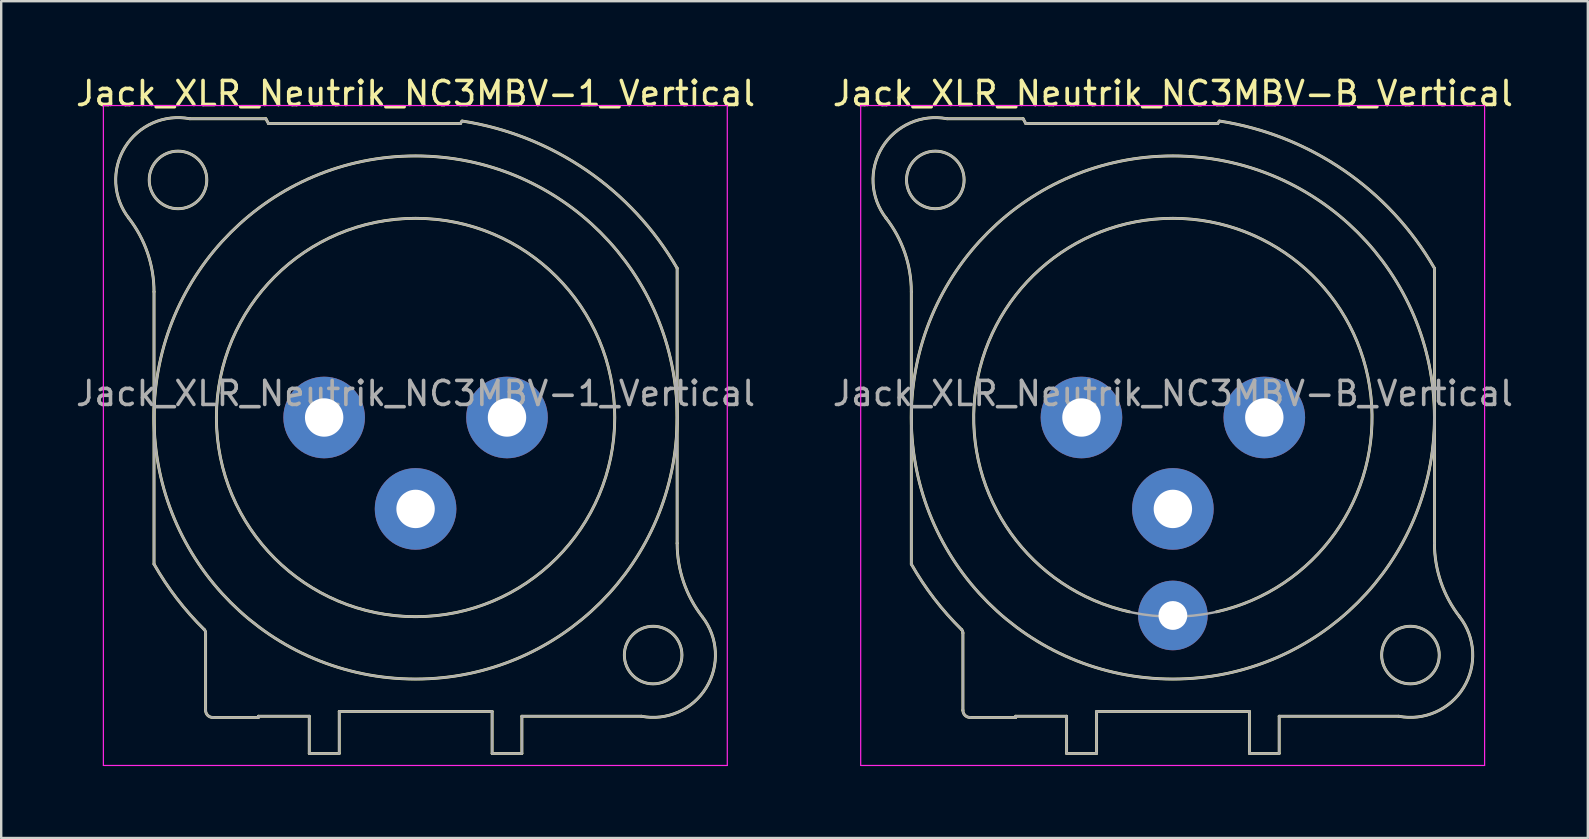
<source format=kicad_pcb>
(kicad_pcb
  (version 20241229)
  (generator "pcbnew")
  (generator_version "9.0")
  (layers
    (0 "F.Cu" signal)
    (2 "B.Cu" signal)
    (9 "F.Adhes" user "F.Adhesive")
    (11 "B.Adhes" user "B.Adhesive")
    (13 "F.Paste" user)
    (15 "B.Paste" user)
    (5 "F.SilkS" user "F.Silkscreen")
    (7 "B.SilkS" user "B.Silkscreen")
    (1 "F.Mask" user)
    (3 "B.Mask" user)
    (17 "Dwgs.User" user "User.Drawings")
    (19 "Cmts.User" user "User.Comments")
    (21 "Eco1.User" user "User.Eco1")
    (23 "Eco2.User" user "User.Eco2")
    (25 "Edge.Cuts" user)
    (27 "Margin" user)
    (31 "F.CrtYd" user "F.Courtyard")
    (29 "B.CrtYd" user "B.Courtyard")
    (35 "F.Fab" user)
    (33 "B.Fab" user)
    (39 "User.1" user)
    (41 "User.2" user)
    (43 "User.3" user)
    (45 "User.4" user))
  (footprint "Jack_XLR_Neutrik_NC3MBV-1_Vertical"
    (layer "F.Cu")
    (at 10.458 14.348)
    (property "Reference" "Jack_XLR_Neutrik_NC3MBV-1_Vertical" (at 3.81 -13.5 0) (layer "F.SilkS") (effects (font (size 1 1) (thickness 0.15))))
    (attr through_hole)
    (fp_line (start -7.09 -5.24) (end -7.09 6.11) (stroke (width 0.12) (type solid)) (layer "F.SilkS"))
    (fp_line (start -4.94 12.2) (end -4.94 8.98) (stroke (width 0.12) (type solid)) (layer "F.SilkS"))
    (fp_line (start -4.64 12.5) (end -2.74 12.5) (stroke (width 0.12) (type solid)) (layer "F.SilkS"))
    (fp_line (start -2.74 12.45) (end -0.62 12.45) (stroke (width 0.12) (type solid)) (layer "F.SilkS"))
    (fp_line (start -2.74 12.5) (end -2.74 12.45) (stroke (width 0.12) (type solid)) (layer "F.SilkS"))
    (fp_line (start -2.43 -12.45) (end -5.6 -12.45) (stroke (width 0.12) (type solid)) (layer "F.SilkS"))
    (fp_line (start -2.32 -12.25) (end -2.43 -12.45) (stroke (width 0.12) (type solid)) (layer "F.SilkS"))
    (fp_line (start -0.62 12.45) (end -0.62 14) (stroke (width 0.12) (type solid)) (layer "F.SilkS"))
    (fp_line (start 0.63 12.25) (end 0.63 14) (stroke (width 0.12) (type solid)) (layer "F.SilkS"))
    (fp_line (start 0.63 12.25) (end 7 12.25) (stroke (width 0.12) (type solid)) (layer "F.SilkS"))
    (fp_line (start 0.63 14) (end -0.62 14) (stroke (width 0.12) (type solid)) (layer "F.SilkS"))
    (fp_line (start 5.68 -12.25) (end -2.32 -12.25) (stroke (width 0.12) (type solid)) (layer "F.SilkS"))
    (fp_line (start 5.74 -12.35) (end 5.68 -12.25) (stroke (width 0.12) (type solid)) (layer "F.SilkS"))
    (fp_line (start 7 12.25) (end 7 14) (stroke (width 0.12) (type solid)) (layer "F.SilkS"))
    (fp_line (start 8.24 12.45) (end 8.24 14) (stroke (width 0.12) (type solid)) (layer "F.SilkS"))
    (fp_line (start 8.24 12.45) (end 13.22 12.45) (stroke (width 0.12) (type solid)) (layer "F.SilkS"))
    (fp_line (start 8.24 14) (end 7 14) (stroke (width 0.12) (type solid)) (layer "F.SilkS"))
    (fp_line (start 14.71 5.24) (end 14.71 -6.22) (stroke (width 0.12) (type solid)) (layer "F.SilkS"))
    (fp_arc (start -8.14458 -8.311426) (mid -7.360989 -6.863715) (end -7.09 -5.24) (stroke (width 0.12) (type solid)) (layer "F.SilkS"))
    (fp_arc (start -8.141124 -8.307677) (mid -8.303366 -11.257798) (end -5.6 -12.45) (stroke (width 0.12) (type solid)) (layer "F.SilkS"))
    (fp_arc (start -4.999944 8.832139) (mid -4.954594 8.899835) (end -4.94 8.98) (stroke (width 0.12) (type solid)) (layer "F.SilkS"))
    (fp_arc (start -4.999718 8.833849) (mid -6.1389 7.544091) (end -7.09 6.11) (stroke (width 0.12) (type solid)) (layer "F.SilkS"))
    (fp_arc (start -4.64 12.5) (mid -4.852132 12.412132) (end -4.94 12.2) (stroke (width 0.12) (type solid)) (layer "F.SilkS"))
    (fp_arc (start 5.753207 -12.354269) (mid 10.928439 -10.304601) (end 14.71 -6.22) (stroke (width 0.12) (type solid)) (layer "F.SilkS"))
    (fp_arc (start 15.761124 8.307677) (mid 15.923366 11.257798) (end 13.22 12.45) (stroke (width 0.12) (type solid)) (layer "F.SilkS"))
    (fp_arc (start 15.76458 8.311426) (mid 14.980989 6.863715) (end 14.71 5.24) (stroke (width 0.12) (type solid)) (layer "F.SilkS"))
    (fp_circle (center -6.09 -9.9) (end -4.89 -9.9) (stroke (width 0.12) (type solid)) (fill no) (layer "F.SilkS"))
    (fp_circle (center 3.81 0) (end 12.11 0) (stroke (width 0.12) (type solid)) (fill no) (layer "F.SilkS"))
    (fp_circle (center 3.81 0) (end 14.71 0) (stroke (width 0.12) (type solid)) (fill no) (layer "F.SilkS"))
    (fp_circle (center 13.71 9.9) (end 14.91 9.9) (stroke (width 0.12) (type solid)) (fill no) (layer "F.SilkS"))
    (fp_line (start -9.2 -13) (end 16.8 -13) (stroke (width 0.05) (type solid)) (layer "F.CrtYd"))
    (fp_line (start -9.2 14.5) (end -9.2 -13) (stroke (width 0.05) (type solid)) (layer "F.CrtYd"))
    (fp_line (start 16.8 -13) (end 16.8 14.5) (stroke (width 0.05) (type solid)) (layer "F.CrtYd"))
    (fp_line (start 16.8 14.5) (end -9.2 14.5) (stroke (width 0.05) (type solid)) (layer "F.CrtYd"))
    (fp_line (start -7.09 -5.24) (end -7.09 6.11) (stroke (width 0.1) (type solid)) (layer "F.Fab"))
    (fp_line (start -4.94 12.2) (end -4.94 8.98) (stroke (width 0.1) (type solid)) (layer "F.Fab"))
    (fp_line (start -4.64 12.5) (end -2.74 12.5) (stroke (width 0.1) (type solid)) (layer "F.Fab"))
    (fp_line (start -2.74 12.45) (end -0.62 12.45) (stroke (width 0.1) (type solid)) (layer "F.Fab"))
    (fp_line (start -2.74 12.5) (end -2.74 12.45) (stroke (width 0.1) (type solid)) (layer "F.Fab"))
    (fp_line (start -2.43 -12.45) (end -5.6 -12.45) (stroke (width 0.1) (type solid)) (layer "F.Fab"))
    (fp_line (start -2.32 -12.25) (end -2.43 -12.45) (stroke (width 0.1) (type solid)) (layer "F.Fab"))
    (fp_line (start -0.62 12.45) (end -0.62 14) (stroke (width 0.1) (type solid)) (layer "F.Fab"))
    (fp_line (start 0.63 12.25) (end 0.63 14) (stroke (width 0.1) (type solid)) (layer "F.Fab"))
    (fp_line (start 0.63 12.25) (end 7 12.25) (stroke (width 0.1) (type solid)) (layer "F.Fab"))
    (fp_line (start 0.63 14) (end -0.62 14) (stroke (width 0.1) (type solid)) (layer "F.Fab"))
    (fp_line (start 5.68 -12.25) (end -2.32 -12.25) (stroke (width 0.1) (type solid)) (layer "F.Fab"))
    (fp_line (start 5.74 -12.35) (end 5.68 -12.25) (stroke (width 0.1) (type solid)) (layer "F.Fab"))
    (fp_line (start 7 12.25) (end 7 14) (stroke (width 0.1) (type solid)) (layer "F.Fab"))
    (fp_line (start 8.24 12.45) (end 8.24 14) (stroke (width 0.1) (type solid)) (layer "F.Fab"))
    (fp_line (start 8.24 12.45) (end 13.22 12.45) (stroke (width 0.1) (type solid)) (layer "F.Fab"))
    (fp_line (start 8.24 14) (end 7 14) (stroke (width 0.1) (type solid)) (layer "F.Fab"))
    (fp_line (start 14.71 5.24) (end 14.71 -6.22) (stroke (width 0.1) (type solid)) (layer "F.Fab"))
    (fp_arc (start -8.14458 -8.311426) (mid -7.360989 -6.863715) (end -7.09 -5.24) (stroke (width 0.1) (type solid)) (layer "F.Fab"))
    (fp_arc (start -8.141124 -8.307677) (mid -8.303366 -11.257798) (end -5.6 -12.45) (stroke (width 0.1) (type solid)) (layer "F.Fab"))
    (fp_arc (start -4.999944 8.832139) (mid -4.954594 8.899835) (end -4.94 8.98) (stroke (width 0.1) (type solid)) (layer "F.Fab"))
    (fp_arc (start -4.999718 8.833849) (mid -6.1389 7.544091) (end -7.09 6.11) (stroke (width 0.1) (type solid)) (layer "F.Fab"))
    (fp_arc (start -4.64 12.5) (mid -4.852132 12.412132) (end -4.94 12.2) (stroke (width 0.1) (type solid)) (layer "F.Fab"))
    (fp_arc (start 5.753207 -12.354269) (mid 10.928439 -10.304601) (end 14.71 -6.22) (stroke (width 0.1) (type solid)) (layer "F.Fab"))
    (fp_arc (start 15.761124 8.307677) (mid 15.923366 11.257798) (end 13.22 12.45) (stroke (width 0.1) (type solid)) (layer "F.Fab"))
    (fp_arc (start 15.76458 8.311426) (mid 14.980989 6.863715) (end 14.71 5.24) (stroke (width 0.1) (type solid)) (layer "F.Fab"))
    (fp_circle (center -6.09 -9.9) (end -4.89 -9.9) (stroke (width 0.1) (type solid)) (fill no) (layer "F.Fab"))
    (fp_circle (center 3.81 0) (end 12.11 0) (stroke (width 0.1) (type solid)) (fill no) (layer "F.Fab"))
    (fp_circle (center 3.81 0) (end 14.71 0) (stroke (width 0.1) (type solid)) (fill no) (layer "F.Fab"))
    (fp_circle (center 13.71 9.9) (end 14.91 9.9) (stroke (width 0.1) (type solid)) (fill no) (layer "F.Fab"))
    (fp_text user "${REFERENCE}" (at 3.81 -1 0) (layer "F.Fab") (effects (font (size 1 1) (thickness 0.15))))
    (pad "1" thru_hole circle (at 0 0) (size 3.4 3.4) (drill 1.6) (layers "*.Cu" "*.Mask"))
    (pad "2" thru_hole circle (at 7.62 0) (size 3.4 3.4) (drill 1.6) (layers "*.Cu" "*.Mask"))
    (pad "3" thru_hole circle (at 3.81 3.81) (size 3.4 3.4) (drill 1.6) (layers "*.Cu" "*.Mask")))
  (footprint "Jack_XLR_Neutrik_NC3MBV-B_Vertical"
    (layer "F.Cu")
    (at 42.017 14.348)
    (property "Reference" "Jack_XLR_Neutrik_NC3MBV-B_Vertical" (at 3.81 -13.5 0) (layer "F.SilkS") (effects (font (size 1 1) (thickness 0.15))))
    (attr through_hole)
    (fp_line (start -7.09 -5.24) (end -7.09 6.11) (stroke (width 0.12) (type solid)) (layer "F.SilkS"))
    (fp_line (start -4.94 12.2) (end -4.94 8.98) (stroke (width 0.12) (type solid)) (layer "F.SilkS"))
    (fp_line (start -4.64 12.5) (end -2.74 12.5) (stroke (width 0.12) (type solid)) (layer "F.SilkS"))
    (fp_line (start -2.74 12.45) (end -0.62 12.45) (stroke (width 0.12) (type solid)) (layer "F.SilkS"))
    (fp_line (start -2.74 12.5) (end -2.74 12.45) (stroke (width 0.12) (type solid)) (layer "F.SilkS"))
    (fp_line (start -2.43 -12.45) (end -5.6 -12.45) (stroke (width 0.12) (type solid)) (layer "F.SilkS"))
    (fp_line (start -2.32 -12.25) (end -2.43 -12.45) (stroke (width 0.12) (type solid)) (layer "F.SilkS"))
    (fp_line (start -0.62 12.45) (end -0.62 14) (stroke (width 0.12) (type solid)) (layer "F.SilkS"))
    (fp_line (start 0.63 12.25) (end 0.63 14) (stroke (width 0.12) (type solid)) (layer "F.SilkS"))
    (fp_line (start 0.63 12.25) (end 7 12.25) (stroke (width 0.12) (type solid)) (layer "F.SilkS"))
    (fp_line (start 0.63 14) (end -0.62 14) (stroke (width 0.12) (type solid)) (layer "F.SilkS"))
    (fp_line (start 5.68 -12.25) (end -2.32 -12.25) (stroke (width 0.12) (type solid)) (layer "F.SilkS"))
    (fp_line (start 5.74 -12.35) (end 5.68 -12.25) (stroke (width 0.12) (type solid)) (layer "F.SilkS"))
    (fp_line (start 7 12.25) (end 7 14) (stroke (width 0.12) (type solid)) (layer "F.SilkS"))
    (fp_line (start 8.24 12.45) (end 8.24 14) (stroke (width 0.12) (type solid)) (layer "F.SilkS"))
    (fp_line (start 8.24 12.45) (end 13.22 12.45) (stroke (width 0.12) (type solid)) (layer "F.SilkS"))
    (fp_line (start 8.24 14) (end 7 14) (stroke (width 0.12) (type solid)) (layer "F.SilkS"))
    (fp_line (start 14.71 5.24) (end 14.71 -6.22) (stroke (width 0.12) (type solid)) (layer "F.SilkS"))
    (fp_arc (start -8.14458 -8.311426) (mid -7.360989 -6.863715) (end -7.09 -5.24) (stroke (width 0.12) (type solid)) (layer "F.SilkS"))
    (fp_arc (start -8.141124 -8.307677) (mid -8.303366 -11.257798) (end -5.6 -12.45) (stroke (width 0.12) (type solid)) (layer "F.SilkS"))
    (fp_arc (start -4.999944 8.832139) (mid -4.954594 8.899835) (end -4.94 8.98) (stroke (width 0.12) (type solid)) (layer "F.SilkS"))
    (fp_arc (start -4.999718 8.833849) (mid -6.1389 7.544091) (end -7.09 6.11) (stroke (width 0.12) (type solid)) (layer "F.SilkS"))
    (fp_arc (start -4.64 12.5) (mid -4.852132 12.412132) (end -4.94 12.2) (stroke (width 0.12) (type solid)) (layer "F.SilkS"))
    (fp_arc (start 2 8.1) (mid 3.809449 -8.299765) (end 5.621075 8.09976) (stroke (width 0.12) (type solid)) (layer "F.SilkS"))
    (fp_arc (start 5.753207 -12.354269) (mid 10.928439 -10.304601) (end 14.71 -6.22) (stroke (width 0.12) (type solid)) (layer "F.SilkS"))
    (fp_arc (start 15.761124 8.307677) (mid 15.923366 11.257798) (end 13.22 12.45) (stroke (width 0.12) (type solid)) (layer "F.SilkS"))
    (fp_arc (start 15.76458 8.311426) (mid 14.980989 6.863715) (end 14.71 5.24) (stroke (width 0.12) (type solid)) (layer "F.SilkS"))
    (fp_circle (center -6.09 -9.9) (end -4.89 -9.9) (stroke (width 0.12) (type solid)) (fill no) (layer "F.SilkS"))
    (fp_circle (center 3.81 0) (end 14.71 0) (stroke (width 0.12) (type solid)) (fill no) (layer "F.SilkS"))
    (fp_circle (center 13.71 9.9) (end 14.91 9.9) (stroke (width 0.12) (type solid)) (fill no) (layer "F.SilkS"))
    (fp_line (start -9.2 -13) (end 16.8 -13) (stroke (width 0.05) (type solid)) (layer "F.CrtYd"))
    (fp_line (start -9.2 14.5) (end -9.2 -13) (stroke (width 0.05) (type solid)) (layer "F.CrtYd"))
    (fp_line (start 16.8 -13) (end 16.8 14.5) (stroke (width 0.05) (type solid)) (layer "F.CrtYd"))
    (fp_line (start 16.8 14.5) (end -9.2 14.5) (stroke (width 0.05) (type solid)) (layer "F.CrtYd"))
    (fp_line (start -7.09 -5.24) (end -7.09 6.11) (stroke (width 0.1) (type solid)) (layer "F.Fab"))
    (fp_line (start -4.94 12.2) (end -4.94 8.98) (stroke (width 0.1) (type solid)) (layer "F.Fab"))
    (fp_line (start -4.64 12.5) (end -2.74 12.5) (stroke (width 0.1) (type solid)) (layer "F.Fab"))
    (fp_line (start -2.74 12.45) (end -0.62 12.45) (stroke (width 0.1) (type solid)) (layer "F.Fab"))
    (fp_line (start -2.74 12.5) (end -2.74 12.45) (stroke (width 0.1) (type solid)) (layer "F.Fab"))
    (fp_line (start -2.43 -12.45) (end -5.6 -12.45) (stroke (width 0.1) (type solid)) (layer "F.Fab"))
    (fp_line (start -2.32 -12.25) (end -2.43 -12.45) (stroke (width 0.1) (type solid)) (layer "F.Fab"))
    (fp_line (start -0.62 12.45) (end -0.62 14) (stroke (width 0.1) (type solid)) (layer "F.Fab"))
    (fp_line (start 0.63 12.25) (end 0.63 14) (stroke (width 0.1) (type solid)) (layer "F.Fab"))
    (fp_line (start 0.63 12.25) (end 7 12.25) (stroke (width 0.1) (type solid)) (layer "F.Fab"))
    (fp_line (start 0.63 14) (end -0.62 14) (stroke (width 0.1) (type solid)) (layer "F.Fab"))
    (fp_line (start 5.68 -12.25) (end -2.32 -12.25) (stroke (width 0.1) (type solid)) (layer "F.Fab"))
    (fp_line (start 5.74 -12.35) (end 5.68 -12.25) (stroke (width 0.1) (type solid)) (layer "F.Fab"))
    (fp_line (start 7 12.25) (end 7 14) (stroke (width 0.1) (type solid)) (layer "F.Fab"))
    (fp_line (start 8.24 12.45) (end 8.24 14) (stroke (width 0.1) (type solid)) (layer "F.Fab"))
    (fp_line (start 8.24 12.45) (end 13.22 12.45) (stroke (width 0.1) (type solid)) (layer "F.Fab"))
    (fp_line (start 8.24 14) (end 7 14) (stroke (width 0.1) (type solid)) (layer "F.Fab"))
    (fp_line (start 14.71 5.24) (end 14.71 -6.22) (stroke (width 0.1) (type solid)) (layer "F.Fab"))
    (fp_arc (start -8.14458 -8.311426) (mid -7.360989 -6.863715) (end -7.09 -5.24) (stroke (width 0.1) (type solid)) (layer "F.Fab"))
    (fp_arc (start -8.141124 -8.307677) (mid -8.303366 -11.257798) (end -5.6 -12.45) (stroke (width 0.1) (type solid)) (layer "F.Fab"))
    (fp_arc (start -4.999944 8.832139) (mid -4.954594 8.899835) (end -4.94 8.98) (stroke (width 0.1) (type solid)) (layer "F.Fab"))
    (fp_arc (start -4.999718 8.833849) (mid -6.1389 7.544091) (end -7.09 6.11) (stroke (width 0.1) (type solid)) (layer "F.Fab"))
    (fp_arc (start -4.64 12.5) (mid -4.852132 12.412132) (end -4.94 12.2) (stroke (width 0.1) (type solid)) (layer "F.Fab"))
    (fp_arc (start 5.753207 -12.354269) (mid 10.928439 -10.304601) (end 14.71 -6.22) (stroke (width 0.1) (type solid)) (layer "F.Fab"))
    (fp_arc (start 15.761124 8.307677) (mid 15.923366 11.257798) (end 13.22 12.45) (stroke (width 0.1) (type solid)) (layer "F.Fab"))
    (fp_arc (start 15.76458 8.311426) (mid 14.980989 6.863715) (end 14.71 5.24) (stroke (width 0.1) (type solid)) (layer "F.Fab"))
    (fp_circle (center -6.09 -9.9) (end -4.89 -9.9) (stroke (width 0.1) (type solid)) (fill no) (layer "F.Fab"))
    (fp_circle (center 3.81 0) (end 12.11 0) (stroke (width 0.1) (type solid)) (fill no) (layer "F.Fab"))
    (fp_circle (center 3.81 0) (end 14.71 0) (stroke (width 0.1) (type solid)) (fill no) (layer "F.Fab"))
    (fp_circle (center 13.71 9.9) (end 14.91 9.9) (stroke (width 0.1) (type solid)) (fill no) (layer "F.Fab"))
    (fp_text user "${REFERENCE}" (at 3.81 -1 0) (layer "F.Fab") (effects (font (size 1 1) (thickness 0.15))))
    (pad "1" thru_hole circle (at 0 0) (size 3.4 3.4) (drill 1.6) (layers "*.Cu" "*.Mask"))
    (pad "2" thru_hole circle (at 7.62 0) (size 3.4 3.4) (drill 1.6) (layers "*.Cu" "*.Mask"))
    (pad "3" thru_hole circle (at 3.81 3.81) (size 3.4 3.4) (drill 1.6) (layers "*.Cu" "*.Mask"))
    (pad "G" thru_hole circle (at 3.81 8.25) (size 2.9 2.9) (drill 1.2) (layers "*.Cu" "*.Mask")))
  (gr_rect
    (start -3 -3)
    (end 63.119 31.873)
    (stroke (width 0.1) (type default))
    (fill no)
    (layer "Edge.Cuts")))
</source>
